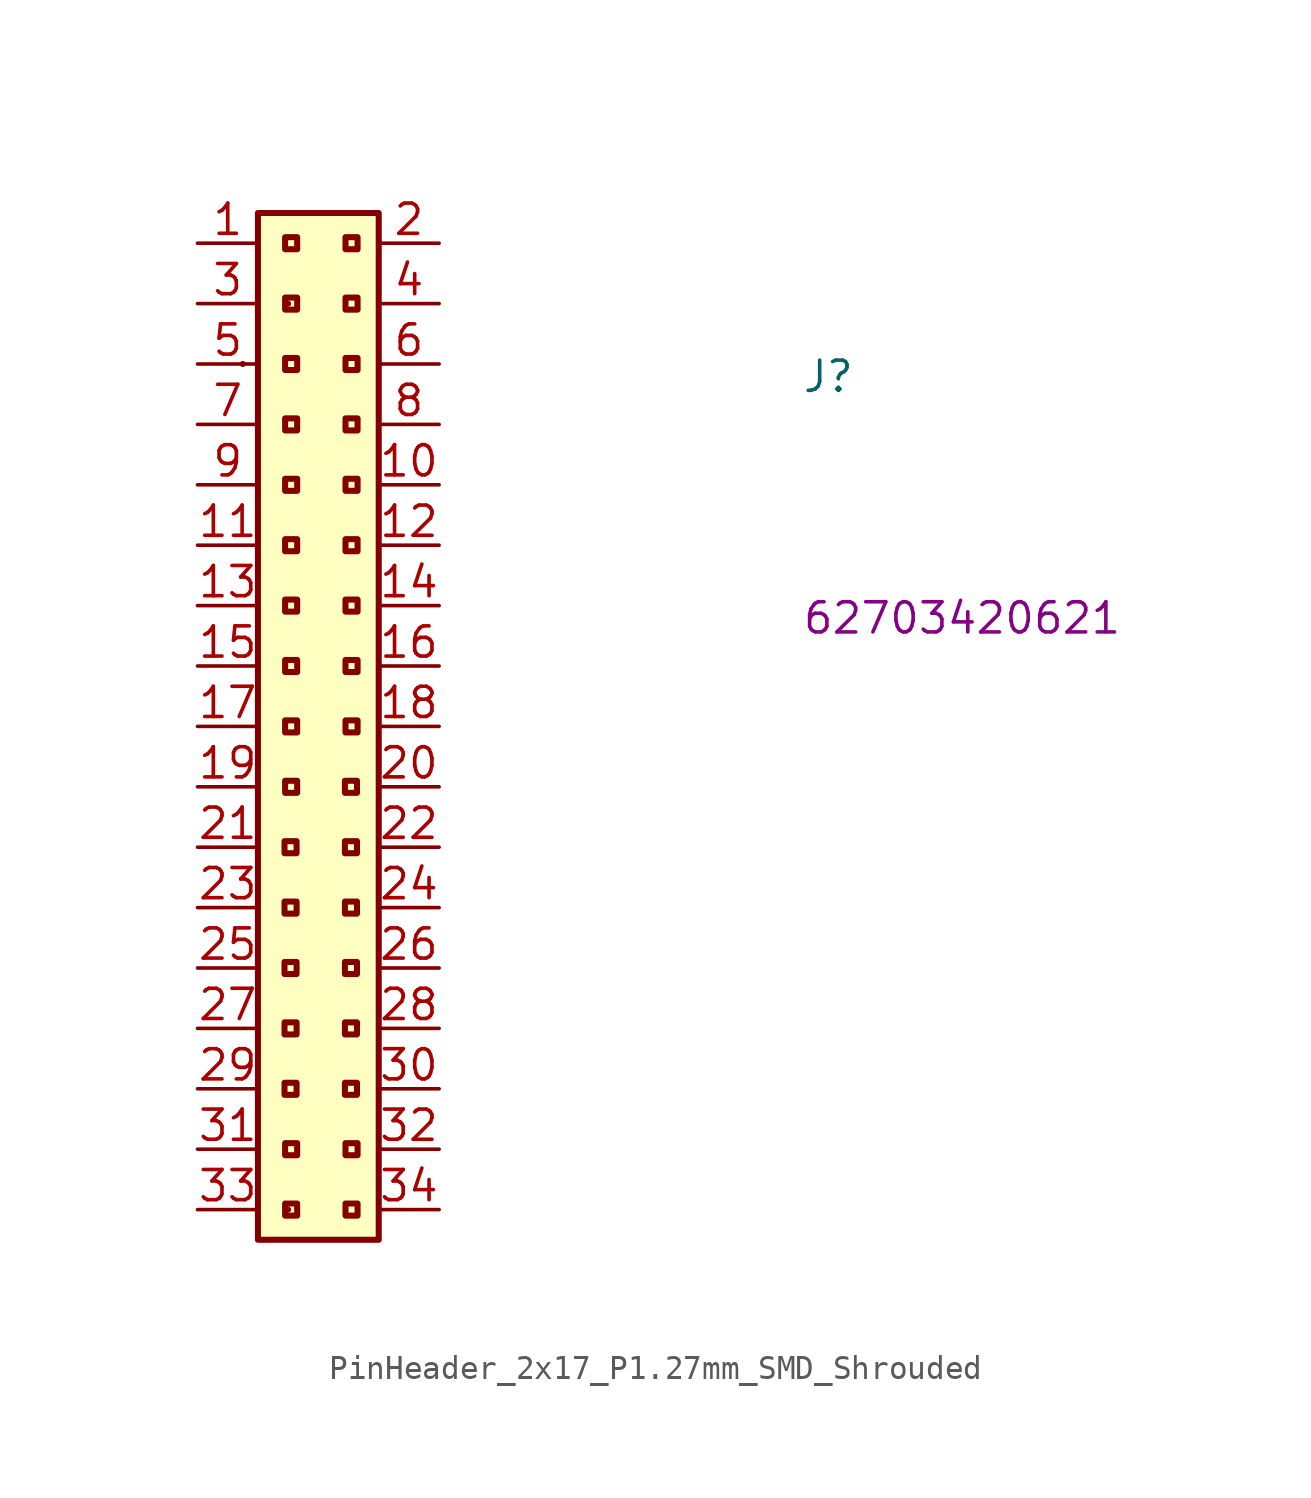
<source format=kicad_sym>
(kicad_symbol_lib
  (version 20220914)
  (generator kicad_symbol_editor)
  (symbol "PinHeader_2x17_P1.27mm_SMD_Shrouded"
    (property "Reference" "J"
      (at 25.4 -6.35 0)
      (effects (font (size 1.27 1.27) (thickness 0.15)) (justify left bottom)))
    (property "MPN" "62703420621"
      (at 25.4 -16.51 0)
      (effects (font (size 1.27 1.27) (thickness 0.15)) (justify left bottom)))
    (symbol "PinHeader_2x17_P1.27mm_SMD_Shrouded_1_1"
      (rectangle (start 1.905 -5.08) (end 1.905 -5.08) (stroke (width 0.254) (type default)) (fill (type background)))
      (rectangle (start 2.54 1.27) (end 7.62 -41.91) (stroke (width 0.254) (type default)) (fill (type background)))
      (rectangle (start 3.81 -40.64) (end 3.81 -40.64) (stroke (width 0.254) (type default)) (fill (type background)))
      (rectangle (start 3.81 -2.54) (end 3.81 -2.54) (stroke (width 0.254) (type default)) (fill (type background)))
      (rectangle (start 4.166 -35.814) (end 3.658 -35.306) (stroke (width 0.254) (type default)) (fill (type background)))
      (rectangle (start 4.166 -33.274) (end 3.658 -32.766) (stroke (width 0.254) (type default)) (fill (type background)))
      (rectangle (start 4.166 -30.734) (end 3.658 -30.226) (stroke (width 0.254) (type default)) (fill (type background)))
      (rectangle (start 4.166 -28.194) (end 3.658 -27.686) (stroke (width 0.254) (type default)) (fill (type background)))
      (rectangle (start 4.166 -25.654) (end 3.658 -25.146) (stroke (width 0.254) (type default)) (fill (type background)))
      (rectangle (start 4.191 -40.894) (end 3.683 -40.386) (stroke (width 0.254) (type default)) (fill (type background)))
      (rectangle (start 4.191 -38.354) (end 3.683 -37.846) (stroke (width 0.254) (type default)) (fill (type background)))
      (rectangle (start 4.191 -23.114) (end 3.683 -22.606) (stroke (width 0.254) (type default)) (fill (type background)))
      (rectangle (start 4.191 -20.574) (end 3.683 -20.066) (stroke (width 0.254) (type default)) (fill (type background)))
      (rectangle (start 4.191 -18.034) (end 3.683 -17.526) (stroke (width 0.254) (type default)) (fill (type background)))
      (rectangle (start 4.191 -15.494) (end 3.683 -14.986) (stroke (width 0.254) (type default)) (fill (type background)))
      (rectangle (start 4.191 -12.954) (end 3.683 -12.446) (stroke (width 0.254) (type default)) (fill (type background)))
      (rectangle (start 4.191 -10.414) (end 3.683 -9.906) (stroke (width 0.254) (type default)) (fill (type background)))
      (rectangle (start 4.191 -7.874) (end 3.683 -7.366) (stroke (width 0.254) (type default)) (fill (type background)))
      (rectangle (start 4.191 -5.334) (end 3.683 -4.826) (stroke (width 0.254) (type default)) (fill (type background)))
      (rectangle (start 4.191 -2.794) (end 3.683 -2.286) (stroke (width 0.254) (type default)) (fill (type background)))
      (rectangle (start 4.191 -0.254) (end 3.683 0.254) (stroke (width 0.254) (type default)) (fill (type background)))
      (rectangle (start 6.706 -35.814) (end 6.198 -35.306) (stroke (width 0.254) (type default)) (fill (type background)))
      (rectangle (start 6.706 -33.274) (end 6.198 -32.766) (stroke (width 0.254) (type default)) (fill (type background)))
      (rectangle (start 6.706 -30.734) (end 6.198 -30.226) (stroke (width 0.254) (type default)) (fill (type background)))
      (rectangle (start 6.706 -28.194) (end 6.198 -27.686) (stroke (width 0.254) (type default)) (fill (type background)))
      (rectangle (start 6.706 -25.654) (end 6.198 -25.146) (stroke (width 0.254) (type default)) (fill (type background)))
      (rectangle (start 6.706 -23.114) (end 6.198 -22.606) (stroke (width 0.254) (type default)) (fill (type background)))
      (rectangle (start 6.731 -40.894) (end 6.223 -40.386) (stroke (width 0.254) (type default)) (fill (type background)))
      (rectangle (start 6.731 -38.354) (end 6.223 -37.846) (stroke (width 0.254) (type default)) (fill (type background)))
      (rectangle (start 6.731 -20.574) (end 6.223 -20.066) (stroke (width 0.254) (type default)) (fill (type background)))
      (rectangle (start 6.731 -18.034) (end 6.223 -17.526) (stroke (width 0.254) (type default)) (fill (type background)))
      (rectangle (start 6.731 -15.494) (end 6.223 -14.986) (stroke (width 0.254) (type default)) (fill (type background)))
      (rectangle (start 6.731 -12.954) (end 6.223 -12.446) (stroke (width 0.254) (type default)) (fill (type background)))
      (rectangle (start 6.731 -10.414) (end 6.223 -9.906) (stroke (width 0.254) (type default)) (fill (type background)))
      (rectangle (start 6.731 -7.874) (end 6.223 -7.366) (stroke (width 0.254) (type default)) (fill (type background)))
      (rectangle (start 6.731 -5.334) (end 6.223 -4.826) (stroke (width 0.254) (type default)) (fill (type background)))
      (rectangle (start 6.731 -2.794) (end 6.223 -2.286) (stroke (width 0.254) (type default)) (fill (type background)))
      (rectangle (start 6.731 -0.254) (end 6.223 0.254) (stroke (width 0.254) (type default)) (fill (type background)))
      (pin passive line (at 0 0 0) (length 2.54) (name "~" (effects (font (size 1.27 1.27)))) (number "1" (effects (font (size 1.27 1.27)))))
      (pin passive line (at 10.16 -10.16 180) (length 2.54) (name "~" (effects (font (size 1.27 1.27)))) (number "10" (effects (font (size 1.27 1.27)))))
      (pin passive line (at 0 -12.7 0) (length 2.54) (name "~" (effects (font (size 1.27 1.27)))) (number "11" (effects (font (size 1.27 1.27)))))
      (pin passive line (at 10.16 -12.7 180) (length 2.54) (name "~" (effects (font (size 1.27 1.27)))) (number "12" (effects (font (size 1.27 1.27)))))
      (pin passive line (at 0 -15.24 0) (length 2.54) (name "~" (effects (font (size 1.27 1.27)))) (number "13" (effects (font (size 1.27 1.27)))))
      (pin passive line (at 10.16 -15.24 180) (length 2.54) (name "~" (effects (font (size 1.27 1.27)))) (number "14" (effects (font (size 1.27 1.27)))))
      (pin passive line (at 0 -17.78 0) (length 2.54) (name "~" (effects (font (size 1.27 1.27)))) (number "15" (effects (font (size 1.27 1.27)))))
      (pin passive line (at 10.16 -17.78 180) (length 2.54) (name "~" (effects (font (size 1.27 1.27)))) (number "16" (effects (font (size 1.27 1.27)))))
      (pin passive line (at 0 -20.32 0) (length 2.54) (name "~" (effects (font (size 1.27 1.27)))) (number "17" (effects (font (size 1.27 1.27)))))
      (pin passive line (at 10.16 -20.32 180) (length 2.54) (name "~" (effects (font (size 1.27 1.27)))) (number "18" (effects (font (size 1.27 1.27)))))
      (pin passive line (at 0 -22.86 0) (length 2.54) (name "~" (effects (font (size 1.27 1.27)))) (number "19" (effects (font (size 1.27 1.27)))))
      (pin passive line (at 10.16 0 180) (length 2.54) (name "~" (effects (font (size 1.27 1.27)))) (number "2" (effects (font (size 1.27 1.27)))))
      (pin passive line (at 10.16 -22.86 180) (length 2.54) (name "~" (effects (font (size 1.27 1.27)))) (number "20" (effects (font (size 1.27 1.27)))))
      (pin passive line (at 0 -25.4 0) (length 2.54) (name "~" (effects (font (size 1.27 1.27)))) (number "21" (effects (font (size 1.27 1.27)))))
      (pin passive line (at 10.16 -25.4 180) (length 2.54) (name "~" (effects (font (size 1.27 1.27)))) (number "22" (effects (font (size 1.27 1.27)))))
      (pin passive line (at 0 -27.94 0) (length 2.54) (name "~" (effects (font (size 1.27 1.27)))) (number "23" (effects (font (size 1.27 1.27)))))
      (pin passive line (at 10.16 -27.94 180) (length 2.54) (name "~" (effects (font (size 1.27 1.27)))) (number "24" (effects (font (size 1.27 1.27)))))
      (pin passive line (at 0 -30.48 0) (length 2.54) (name "~" (effects (font (size 1.27 1.27)))) (number "25" (effects (font (size 1.27 1.27)))))
      (pin passive line (at 10.16 -30.48 180) (length 2.54) (name "~" (effects (font (size 1.27 1.27)))) (number "26" (effects (font (size 1.27 1.27)))))
      (pin passive line (at 0 -33.02 0) (length 2.54) (name "~" (effects (font (size 1.27 1.27)))) (number "27" (effects (font (size 1.27 1.27)))))
      (pin passive line (at 10.16 -33.02 180) (length 2.54) (name "~" (effects (font (size 1.27 1.27)))) (number "28" (effects (font (size 1.27 1.27)))))
      (pin passive line (at 0 -35.56 0) (length 2.54) (name "~" (effects (font (size 1.27 1.27)))) (number "29" (effects (font (size 1.27 1.27)))))
      (pin passive line (at 0 -2.54 0) (length 2.54) (name "~" (effects (font (size 1.27 1.27)))) (number "3" (effects (font (size 1.27 1.27)))))
      (pin passive line (at 10.16 -35.56 180) (length 2.54) (name "~" (effects (font (size 1.27 1.27)))) (number "30" (effects (font (size 1.27 1.27)))))
      (pin passive line (at 0 -38.1 0) (length 2.54) (name "~" (effects (font (size 1.27 1.27)))) (number "31" (effects (font (size 1.27 1.27)))))
      (pin passive line (at 10.16 -38.1 180) (length 2.54) (name "~" (effects (font (size 1.27 1.27)))) (number "32" (effects (font (size 1.27 1.27)))))
      (pin passive line (at 0 -40.64 0) (length 2.54) (name "~" (effects (font (size 1.27 1.27)))) (number "33" (effects (font (size 1.27 1.27)))))
      (pin passive line (at 10.16 -40.64 180) (length 2.54) (name "~" (effects (font (size 1.27 1.27)))) (number "34" (effects (font (size 1.27 1.27)))))
      (pin passive line (at 10.16 -2.54 180) (length 2.54) (name "~" (effects (font (size 1.27 1.27)))) (number "4" (effects (font (size 1.27 1.27)))))
      (pin passive line (at 0 -5.08 0) (length 2.54) (name "~" (effects (font (size 1.27 1.27)))) (number "5" (effects (font (size 1.27 1.27)))))
      (pin passive line (at 10.16 -5.08 180) (length 2.54) (name "~" (effects (font (size 1.27 1.27)))) (number "6" (effects (font (size 1.27 1.27)))))
      (pin passive line (at 0 -7.62 0) (length 2.54) (name "~" (effects (font (size 1.27 1.27)))) (number "7" (effects (font (size 1.27 1.27)))))
      (pin passive line (at 10.16 -7.62 180) (length 2.54) (name "~" (effects (font (size 1.27 1.27)))) (number "8" (effects (font (size 1.27 1.27)))))
      (pin passive line (at 0 -10.16 0) (length 2.54) (name "~" (effects (font (size 1.27 1.27)))) (number "9" (effects (font (size 1.27 1.27))))))))
</source>
